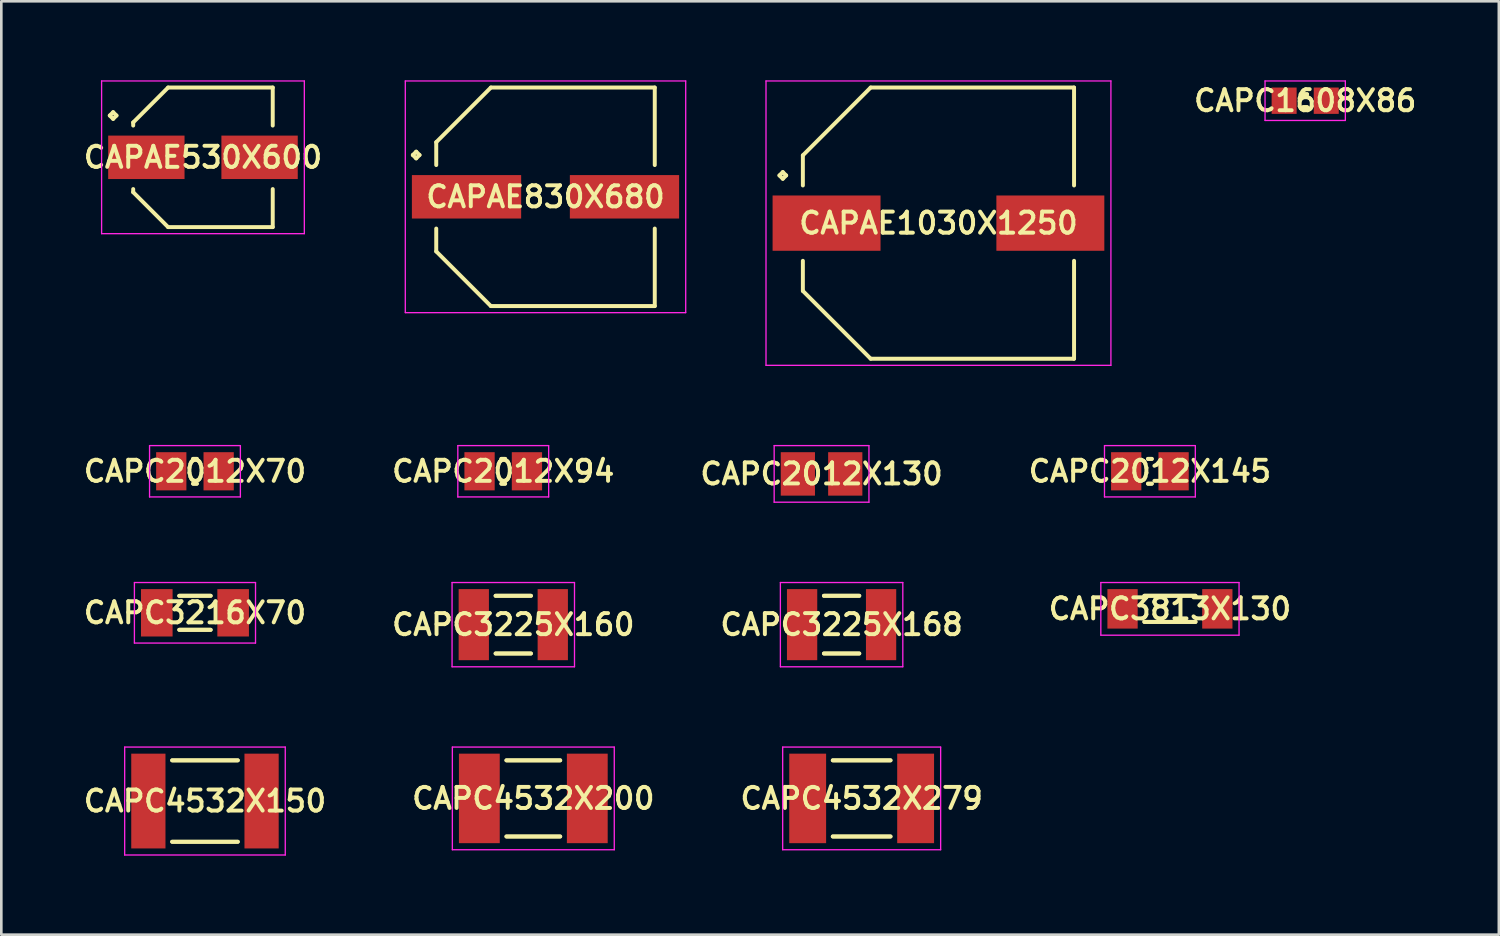
<source format=kicad_pcb>
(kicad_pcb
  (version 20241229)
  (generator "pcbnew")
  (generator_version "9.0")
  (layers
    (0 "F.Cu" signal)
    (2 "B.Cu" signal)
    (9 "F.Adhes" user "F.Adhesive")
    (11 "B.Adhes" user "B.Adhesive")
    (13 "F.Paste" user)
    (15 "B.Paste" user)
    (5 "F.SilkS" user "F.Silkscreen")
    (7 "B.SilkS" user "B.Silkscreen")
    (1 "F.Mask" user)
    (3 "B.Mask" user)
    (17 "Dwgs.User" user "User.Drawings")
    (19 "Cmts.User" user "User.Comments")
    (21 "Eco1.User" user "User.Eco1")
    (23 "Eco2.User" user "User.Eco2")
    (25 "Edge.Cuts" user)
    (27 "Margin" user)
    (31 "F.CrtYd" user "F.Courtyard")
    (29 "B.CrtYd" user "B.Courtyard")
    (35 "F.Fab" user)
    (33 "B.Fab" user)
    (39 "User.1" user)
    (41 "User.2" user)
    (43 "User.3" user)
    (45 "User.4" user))
  (footprint "CAPC2012X94"
    (layer "F.Cu")
    (at 16.064 14.85)
    (property "Reference" "CAPC2012X94" (at 0 0 0) (layer "F.SilkS") (effects (font (size 0.8 0.8) (thickness 0.15))))
    (attr smd)
    (fp_line (start -0.071 -0.471) (end 0.071 -0.471) (stroke (width 0.15) (type solid)) (layer "F.SilkS"))
    (fp_line (start -0.071 0.471) (end 0.071 0.471) (stroke (width 0.15) (type solid)) (layer "F.SilkS"))
    (fp_line (start 0.071 -0.471) (end -0.071 -0.471) (stroke (width 0.15) (type solid)) (layer "F.SilkS"))
    (fp_line (start 0.071 0.471) (end -0.071 0.471) (stroke (width 0.15) (type solid)) (layer "F.SilkS"))
    (fp_line (start -1.725 -0.975) (end 1.725 -0.975) (stroke (width 0.05) (type solid)) (layer "F.CrtYd"))
    (fp_line (start -1.725 0.975) (end -1.725 -0.975) (stroke (width 0.05) (type solid)) (layer "F.CrtYd"))
    (fp_line (start 1.725 -0.975) (end 1.725 0.975) (stroke (width 0.05) (type solid)) (layer "F.CrtYd"))
    (fp_line (start 1.725 0.975) (end -1.725 0.975) (stroke (width 0.05) (type solid)) (layer "F.CrtYd"))
    (pad "1" smd rect (at -0.9 0) (size 1.15 1.45) (layers "F.Cu" "F.Mask" "F.Paste"))
    (pad "2" smd rect (at 0.9 0) (size 1.15 1.45) (layers "F.Cu" "F.Mask" "F.Paste")))
  (footprint "CAPC2012X70"
    (layer "F.Cu")
    (at 4.355 14.85)
    (property "Reference" "CAPC2012X70" (at 0 0 0) (layer "F.SilkS") (effects (font (size 0.8 0.8) (thickness 0.15))))
    (attr smd)
    (fp_line (start -0.071 -0.471) (end 0.071 -0.471) (stroke (width 0.15) (type solid)) (layer "F.SilkS"))
    (fp_line (start -0.071 0.471) (end 0.071 0.471) (stroke (width 0.15) (type solid)) (layer "F.SilkS"))
    (fp_line (start 0.071 -0.471) (end -0.071 -0.471) (stroke (width 0.15) (type solid)) (layer "F.SilkS"))
    (fp_line (start 0.071 0.471) (end -0.071 0.471) (stroke (width 0.15) (type solid)) (layer "F.SilkS"))
    (fp_line (start -1.725 -0.975) (end 1.725 -0.975) (stroke (width 0.05) (type solid)) (layer "F.CrtYd"))
    (fp_line (start -1.725 0.975) (end -1.725 -0.975) (stroke (width 0.05) (type solid)) (layer "F.CrtYd"))
    (fp_line (start 1.725 -0.975) (end 1.725 0.975) (stroke (width 0.05) (type solid)) (layer "F.CrtYd"))
    (fp_line (start 1.725 0.975) (end -1.725 0.975) (stroke (width 0.05) (type solid)) (layer "F.CrtYd"))
    (pad "1" smd rect (at -0.9 0) (size 1.15 1.45) (layers "F.Cu" "F.Mask" "F.Paste"))
    (pad "2" smd rect (at 0.9 0) (size 1.15 1.45) (layers "F.Cu" "F.Mask" "F.Paste")))
  (footprint "CAPC4532X200"
    (layer "F.Cu")
    (at 17.206 27.275)
    (property "Reference" "CAPC4532X200" (at 0 0 0) (layer "F.SilkS") (effects (font (size 0.8 0.8) (thickness 0.15))))
    (attr smd)
    (fp_line (start -1.021 -1.446) (end 1.021 -1.446) (stroke (width 0.15) (type solid)) (layer "F.SilkS"))
    (fp_line (start -1.021 1.446) (end 1.021 1.446) (stroke (width 0.15) (type solid)) (layer "F.SilkS"))
    (fp_line (start 1.021 -1.446) (end -1.021 -1.446) (stroke (width 0.15) (type solid)) (layer "F.SilkS"))
    (fp_line (start 1.021 1.446) (end -1.021 1.446) (stroke (width 0.15) (type solid)) (layer "F.SilkS"))
    (fp_line (start -3.075 -1.95) (end 3.075 -1.95) (stroke (width 0.05) (type solid)) (layer "F.CrtYd"))
    (fp_line (start -3.075 1.95) (end -3.075 -1.95) (stroke (width 0.05) (type solid)) (layer "F.CrtYd"))
    (fp_line (start 3.075 -1.95) (end 3.075 1.95) (stroke (width 0.05) (type solid)) (layer "F.CrtYd"))
    (fp_line (start 3.075 1.95) (end -3.075 1.95) (stroke (width 0.05) (type solid)) (layer "F.CrtYd"))
    (pad "1" smd rect (at -2.05 0) (size 1.55 3.4) (layers "F.Cu" "F.Mask" "F.Paste"))
    (pad "2" smd rect (at 2.05 0) (size 1.55 3.4) (layers "F.Cu" "F.Mask" "F.Paste")))
  (footprint "CAPC3225X160"
    (layer "F.Cu")
    (at 16.445 20.675)
    (property "Reference" "CAPC3225X160" (at 0 0 0) (layer "F.SilkS") (effects (font (size 0.8 0.8) (thickness 0.15))))
    (attr smd)
    (fp_line (start -0.671 -1.096) (end 0.671 -1.096) (stroke (width 0.15) (type solid)) (layer "F.SilkS"))
    (fp_line (start -0.671 1.096) (end 0.671 1.096) (stroke (width 0.15) (type solid)) (layer "F.SilkS"))
    (fp_line (start 0.671 -1.096) (end -0.671 -1.096) (stroke (width 0.15) (type solid)) (layer "F.SilkS"))
    (fp_line (start 0.671 1.096) (end -0.671 1.096) (stroke (width 0.15) (type solid)) (layer "F.SilkS"))
    (fp_line (start -2.325 -1.6) (end 2.325 -1.6) (stroke (width 0.05) (type solid)) (layer "F.CrtYd"))
    (fp_line (start -2.325 1.6) (end -2.325 -1.6) (stroke (width 0.05) (type solid)) (layer "F.CrtYd"))
    (fp_line (start 2.325 -1.6) (end 2.325 1.6) (stroke (width 0.05) (type solid)) (layer "F.CrtYd"))
    (fp_line (start 2.325 1.6) (end -2.325 1.6) (stroke (width 0.05) (type solid)) (layer "F.CrtYd"))
    (pad "1" smd rect (at -1.5 0) (size 1.15 2.7) (layers "F.Cu" "F.Mask" "F.Paste"))
    (pad "2" smd rect (at 1.5 0) (size 1.15 2.7) (layers "F.Cu" "F.Mask" "F.Paste")))
  (footprint "CAPC4532X150"
    (layer "F.Cu")
    (at 4.735 27.375)
    (property "Reference" "CAPC4532X150" (at 0 0 0) (layer "F.SilkS") (effects (font (size 0.8 0.8) (thickness 0.15))))
    (attr smd)
    (fp_line (start -1.246 -1.546) (end 1.246 -1.546) (stroke (width 0.15) (type solid)) (layer "F.SilkS"))
    (fp_line (start -1.246 1.546) (end 1.246 1.546) (stroke (width 0.15) (type solid)) (layer "F.SilkS"))
    (fp_line (start 1.246 -1.546) (end -1.246 -1.546) (stroke (width 0.15) (type solid)) (layer "F.SilkS"))
    (fp_line (start 1.246 1.546) (end -1.246 1.546) (stroke (width 0.15) (type solid)) (layer "F.SilkS"))
    (fp_line (start -3.05 -2.05) (end 3.05 -2.05) (stroke (width 0.05) (type solid)) (layer "F.CrtYd"))
    (fp_line (start -3.05 2.05) (end -3.05 -2.05) (stroke (width 0.05) (type solid)) (layer "F.CrtYd"))
    (fp_line (start 3.05 -2.05) (end 3.05 2.05) (stroke (width 0.05) (type solid)) (layer "F.CrtYd"))
    (fp_line (start 3.05 2.05) (end -3.05 2.05) (stroke (width 0.05) (type solid)) (layer "F.CrtYd"))
    (pad "1" smd rect (at -2.15 0) (size 1.3 3.6) (layers "F.Cu" "F.Mask" "F.Paste"))
    (pad "2" smd rect (at 2.15 0) (size 1.3 3.6) (layers "F.Cu" "F.Mask" "F.Paste")))
  (footprint "CAPAE830X680"
    (layer "F.Cu")
    (at 17.669 4.425)
    (property "Reference" "CAPAE830X680" (at 0 0 0) (layer "F.SilkS") (effects (font (size 0.8 0.8) (thickness 0.15))))
    (attr smd)
    (fp_line (start -5.039 -1.587) (end -4.912 -1.714) (stroke (width 0.15) (type solid)) (layer "F.SilkS"))
    (fp_line (start -4.912 -1.714) (end -4.785 -1.587) (stroke (width 0.15) (type solid)) (layer "F.SilkS"))
    (fp_line (start -4.912 -1.46) (end -5.039 -1.587) (stroke (width 0.15) (type solid)) (layer "F.SilkS"))
    (fp_line (start -4.785 -1.587) (end -4.912 -1.46) (stroke (width 0.15) (type solid)) (layer "F.SilkS"))
    (fp_line (start -4.15 -2.075) (end -4.15 -1.206) (stroke (width 0.15) (type solid)) (layer "F.SilkS"))
    (fp_line (start -4.15 2.075) (end -4.15 1.206) (stroke (width 0.15) (type solid)) (layer "F.SilkS"))
    (fp_line (start -2.075 -4.15) (end -4.15 -2.075) (stroke (width 0.15) (type solid)) (layer "F.SilkS"))
    (fp_line (start -2.075 4.15) (end -4.15 2.075) (stroke (width 0.15) (type solid)) (layer "F.SilkS"))
    (fp_line (start 4.15 -4.15) (end -2.075 -4.15) (stroke (width 0.15) (type solid)) (layer "F.SilkS"))
    (fp_line (start 4.15 -1.206) (end 4.15 -4.15) (stroke (width 0.15) (type solid)) (layer "F.SilkS"))
    (fp_line (start 4.15 1.206) (end 4.15 4.15) (stroke (width 0.15) (type solid)) (layer "F.SilkS"))
    (fp_line (start 4.15 4.15) (end -2.075 4.15) (stroke (width 0.15) (type solid)) (layer "F.SilkS"))
    (fp_line (start -5.325 -4.4) (end 5.325 -4.4) (stroke (width 0.05) (type solid)) (layer "F.CrtYd"))
    (fp_line (start -5.325 4.4) (end -5.325 -4.4) (stroke (width 0.05) (type solid)) (layer "F.CrtYd"))
    (fp_line (start 5.325 -4.4) (end 5.325 4.4) (stroke (width 0.05) (type solid)) (layer "F.CrtYd"))
    (fp_line (start 5.325 4.4) (end -5.325 4.4) (stroke (width 0.05) (type solid)) (layer "F.CrtYd"))
    (pad "1" smd rect (at -3 0) (size 4.15 1.65) (layers "F.Cu" "F.Mask" "F.Paste"))
    (pad "2" smd rect (at 3 0) (size 4.15 1.65) (layers "F.Cu" "F.Mask" "F.Paste")))
  (footprint "CAPC3813X130"
    (layer "F.Cu")
    (at 41.386 20.075)
    (property "Reference" "CAPC3813X130" (at 0 0 0) (layer "F.SilkS") (effects (font (size 0.8 0.8) (thickness 0.15))))
    (attr smd)
    (fp_line (start -0.971 -0.496) (end 0.971 -0.496) (stroke (width 0.15) (type solid)) (layer "F.SilkS"))
    (fp_line (start -0.971 0.496) (end 0.971 0.496) (stroke (width 0.15) (type solid)) (layer "F.SilkS"))
    (fp_line (start 0.971 -0.496) (end -0.971 -0.496) (stroke (width 0.15) (type solid)) (layer "F.SilkS"))
    (fp_line (start 0.971 0.496) (end -0.971 0.496) (stroke (width 0.15) (type solid)) (layer "F.SilkS"))
    (fp_line (start -2.625 -1) (end 2.625 -1) (stroke (width 0.05) (type solid)) (layer "F.CrtYd"))
    (fp_line (start -2.625 1) (end -2.625 -1) (stroke (width 0.05) (type solid)) (layer "F.CrtYd"))
    (fp_line (start 2.625 -1) (end 2.625 1) (stroke (width 0.05) (type solid)) (layer "F.CrtYd"))
    (fp_line (start 2.625 1) (end -2.625 1) (stroke (width 0.05) (type solid)) (layer "F.CrtYd"))
    (pad "1" smd rect (at -1.8 0) (size 1.15 1.5) (layers "F.Cu" "F.Mask" "F.Paste"))
    (pad "2" smd rect (at 1.8 0) (size 1.15 1.5) (layers "F.Cu" "F.Mask" "F.Paste")))
  (footprint "CAPC3225X168"
    (layer "F.Cu")
    (at 28.915 20.675)
    (property "Reference" "CAPC3225X168" (at 0 0 0) (layer "F.SilkS") (effects (font (size 0.8 0.8) (thickness 0.15))))
    (attr smd)
    (fp_line (start -0.671 -1.096) (end 0.671 -1.096) (stroke (width 0.15) (type solid)) (layer "F.SilkS"))
    (fp_line (start -0.671 1.096) (end 0.671 1.096) (stroke (width 0.15) (type solid)) (layer "F.SilkS"))
    (fp_line (start 0.671 -1.096) (end -0.671 -1.096) (stroke (width 0.15) (type solid)) (layer "F.SilkS"))
    (fp_line (start 0.671 1.096) (end -0.671 1.096) (stroke (width 0.15) (type solid)) (layer "F.SilkS"))
    (fp_line (start -2.325 -1.6) (end 2.325 -1.6) (stroke (width 0.05) (type solid)) (layer "F.CrtYd"))
    (fp_line (start -2.325 1.6) (end -2.325 -1.6) (stroke (width 0.05) (type solid)) (layer "F.CrtYd"))
    (fp_line (start 2.325 -1.6) (end 2.325 1.6) (stroke (width 0.05) (type solid)) (layer "F.CrtYd"))
    (fp_line (start 2.325 1.6) (end -2.325 1.6) (stroke (width 0.05) (type solid)) (layer "F.CrtYd"))
    (pad "1" smd rect (at -1.5 0) (size 1.15 2.7) (layers "F.Cu" "F.Mask" "F.Paste"))
    (pad "2" smd rect (at 1.5 0) (size 1.15 2.7) (layers "F.Cu" "F.Mask" "F.Paste")))
  (footprint "CAPC3216X70"
    (layer "F.Cu")
    (at 4.355 20.225)
    (property "Reference" "CAPC3216X70" (at 0 0 0) (layer "F.SilkS") (effects (font (size 0.8 0.8) (thickness 0.15))))
    (attr smd)
    (fp_line (start -0.596 -0.646) (end 0.596 -0.646) (stroke (width 0.15) (type solid)) (layer "F.SilkS"))
    (fp_line (start -0.596 0.646) (end 0.596 0.646) (stroke (width 0.15) (type solid)) (layer "F.SilkS"))
    (fp_line (start 0.596 -0.646) (end -0.596 -0.646) (stroke (width 0.15) (type solid)) (layer "F.SilkS"))
    (fp_line (start 0.596 0.646) (end -0.596 0.646) (stroke (width 0.15) (type solid)) (layer "F.SilkS"))
    (fp_line (start -2.3 -1.15) (end 2.3 -1.15) (stroke (width 0.05) (type solid)) (layer "F.CrtYd"))
    (fp_line (start -2.3 1.15) (end -2.3 -1.15) (stroke (width 0.05) (type solid)) (layer "F.CrtYd"))
    (fp_line (start 2.3 -1.15) (end 2.3 1.15) (stroke (width 0.05) (type solid)) (layer "F.CrtYd"))
    (fp_line (start 2.3 1.15) (end -2.3 1.15) (stroke (width 0.05) (type solid)) (layer "F.CrtYd"))
    (pad "1" smd rect (at -1.45 0) (size 1.2 1.8) (layers "F.Cu" "F.Mask" "F.Paste"))
    (pad "2" smd rect (at 1.45 0) (size 1.2 1.8) (layers "F.Cu" "F.Mask" "F.Paste")))
  (footprint "CAPC1608X86"
    (layer "F.Cu")
    (at 46.523 0.775)
    (property "Reference" "CAPC1608X86" (at 0 0 0) (layer "F.SilkS") (effects (font (size 0.8 0.8) (thickness 0.15))))
    (attr smd)
    (fp_line (start -0.071 -0.246) (end 0.071 -0.246) (stroke (width 0.15) (type solid)) (layer "F.SilkS"))
    (fp_line (start -0.071 0.246) (end 0.071 0.246) (stroke (width 0.15) (type solid)) (layer "F.SilkS"))
    (fp_line (start 0.071 -0.246) (end -0.071 -0.246) (stroke (width 0.15) (type solid)) (layer "F.SilkS"))
    (fp_line (start 0.071 0.246) (end -0.071 0.246) (stroke (width 0.15) (type solid)) (layer "F.SilkS"))
    (fp_line (start -1.525 -0.75) (end 1.525 -0.75) (stroke (width 0.05) (type solid)) (layer "F.CrtYd"))
    (fp_line (start -1.525 0.75) (end -1.525 -0.75) (stroke (width 0.05) (type solid)) (layer "F.CrtYd"))
    (fp_line (start 1.525 -0.75) (end 1.525 0.75) (stroke (width 0.05) (type solid)) (layer "F.CrtYd"))
    (fp_line (start 1.525 0.75) (end -1.525 0.75) (stroke (width 0.05) (type solid)) (layer "F.CrtYd"))
    (pad "1" smd rect (at -0.8 0) (size 0.95 1) (layers "F.Cu" "F.Mask" "F.Paste"))
    (pad "2" smd rect (at 0.8 0) (size 0.95 1) (layers "F.Cu" "F.Mask" "F.Paste")))
  (footprint "CAPC2012X145"
    (layer "F.Cu")
    (at 40.625 14.85)
    (property "Reference" "CAPC2012X145" (at 0 0 0) (layer "F.SilkS") (effects (font (size 0.8 0.8) (thickness 0.15))))
    (attr smd)
    (fp_line (start -0.071 -0.471) (end 0.071 -0.471) (stroke (width 0.15) (type solid)) (layer "F.SilkS"))
    (fp_line (start -0.071 0.471) (end 0.071 0.471) (stroke (width 0.15) (type solid)) (layer "F.SilkS"))
    (fp_line (start 0.071 -0.471) (end -0.071 -0.471) (stroke (width 0.15) (type solid)) (layer "F.SilkS"))
    (fp_line (start 0.071 0.471) (end -0.071 0.471) (stroke (width 0.15) (type solid)) (layer "F.SilkS"))
    (fp_line (start -1.725 -0.975) (end 1.725 -0.975) (stroke (width 0.05) (type solid)) (layer "F.CrtYd"))
    (fp_line (start -1.725 0.975) (end -1.725 -0.975) (stroke (width 0.05) (type solid)) (layer "F.CrtYd"))
    (fp_line (start 1.725 -0.975) (end 1.725 0.975) (stroke (width 0.05) (type solid)) (layer "F.CrtYd"))
    (fp_line (start 1.725 0.975) (end -1.725 0.975) (stroke (width 0.05) (type solid)) (layer "F.CrtYd"))
    (pad "1" smd rect (at -0.9 0) (size 1.15 1.45) (layers "F.Cu" "F.Mask" "F.Paste"))
    (pad "2" smd rect (at 0.9 0) (size 1.15 1.45) (layers "F.Cu" "F.Mask" "F.Paste")))
  (footprint "CAPAE1030X1250"
    (layer "F.Cu")
    (at 32.594 5.425)
    (property "Reference" "CAPAE1030X1250" (at 0 0 0) (layer "F.SilkS") (effects (font (size 0.8 0.8) (thickness 0.15))))
    (attr smd)
    (fp_line (start -6.039 -1.812) (end -5.912 -1.939) (stroke (width 0.15) (type solid)) (layer "F.SilkS"))
    (fp_line (start -5.912 -1.939) (end -5.785 -1.812) (stroke (width 0.15) (type solid)) (layer "F.SilkS"))
    (fp_line (start -5.912 -1.685) (end -6.039 -1.812) (stroke (width 0.15) (type solid)) (layer "F.SilkS"))
    (fp_line (start -5.785 -1.812) (end -5.912 -1.685) (stroke (width 0.15) (type solid)) (layer "F.SilkS"))
    (fp_line (start -5.15 -2.575) (end -5.15 -1.431) (stroke (width 0.15) (type solid)) (layer "F.SilkS"))
    (fp_line (start -5.15 2.575) (end -5.15 1.431) (stroke (width 0.15) (type solid)) (layer "F.SilkS"))
    (fp_line (start -2.575 -5.15) (end -5.15 -2.575) (stroke (width 0.15) (type solid)) (layer "F.SilkS"))
    (fp_line (start -2.575 5.15) (end -5.15 2.575) (stroke (width 0.15) (type solid)) (layer "F.SilkS"))
    (fp_line (start 5.15 -5.15) (end -2.575 -5.15) (stroke (width 0.15) (type solid)) (layer "F.SilkS"))
    (fp_line (start 5.15 -1.431) (end 5.15 -5.15) (stroke (width 0.15) (type solid)) (layer "F.SilkS"))
    (fp_line (start 5.15 1.431) (end 5.15 5.15) (stroke (width 0.15) (type solid)) (layer "F.SilkS"))
    (fp_line (start 5.15 5.15) (end -2.575 5.15) (stroke (width 0.15) (type solid)) (layer "F.SilkS"))
    (fp_line (start -6.55 -5.4) (end 6.55 -5.4) (stroke (width 0.05) (type solid)) (layer "F.CrtYd"))
    (fp_line (start -6.55 5.4) (end -6.55 -5.4) (stroke (width 0.05) (type solid)) (layer "F.CrtYd"))
    (fp_line (start 6.55 -5.4) (end 6.55 5.4) (stroke (width 0.05) (type solid)) (layer "F.CrtYd"))
    (fp_line (start 6.55 5.4) (end -6.55 5.4) (stroke (width 0.05) (type solid)) (layer "F.CrtYd"))
    (pad "1" smd rect (at -4.25 0) (size 4.1 2.1) (layers "F.Cu" "F.Mask" "F.Paste"))
    (pad "2" smd rect (at 4.25 0) (size 4.1 2.1) (layers "F.Cu" "F.Mask" "F.Paste")))
  (footprint "CAPC2012X130"
    (layer "F.Cu")
    (at 28.154 14.95)
    (property "Reference" "CAPC2012X130" (at 0 0 0) (layer "F.SilkS") (effects (font (size 0.8 0.8) (thickness 0.15))))
    (attr smd)
    (fp_line (start -1.8 -1.075) (end 1.8 -1.075) (stroke (width 0.05) (type solid)) (layer "F.CrtYd"))
    (fp_line (start -1.8 1.075) (end -1.8 -1.075) (stroke (width 0.05) (type solid)) (layer "F.CrtYd"))
    (fp_line (start 1.8 -1.075) (end 1.8 1.075) (stroke (width 0.05) (type solid)) (layer "F.CrtYd"))
    (fp_line (start 1.8 1.075) (end -1.8 1.075) (stroke (width 0.05) (type solid)) (layer "F.CrtYd"))
    (pad "1" smd rect (at -0.9 0) (size 1.3 1.65) (layers "F.Cu" "F.Mask" "F.Paste"))
    (pad "2" smd rect (at 0.9 0) (size 1.3 1.65) (layers "F.Cu" "F.Mask" "F.Paste")))
  (footprint "CAPC4532X279"
    (layer "F.Cu")
    (at 29.677 27.275)
    (property "Reference" "CAPC4532X279" (at 0 0 0) (layer "F.SilkS") (effects (font (size 0.8 0.8) (thickness 0.15))))
    (attr smd)
    (fp_line (start -1.096 -1.446) (end 1.096 -1.446) (stroke (width 0.15) (type solid)) (layer "F.SilkS"))
    (fp_line (start -1.096 1.446) (end 1.096 1.446) (stroke (width 0.15) (type solid)) (layer "F.SilkS"))
    (fp_line (start 1.096 -1.446) (end -1.096 -1.446) (stroke (width 0.15) (type solid)) (layer "F.SilkS"))
    (fp_line (start 1.096 1.446) (end -1.096 1.446) (stroke (width 0.15) (type solid)) (layer "F.SilkS"))
    (fp_line (start -3 -1.95) (end 3 -1.95) (stroke (width 0.05) (type solid)) (layer "F.CrtYd"))
    (fp_line (start -3 1.95) (end -3 -1.95) (stroke (width 0.05) (type solid)) (layer "F.CrtYd"))
    (fp_line (start 3 -1.95) (end 3 1.95) (stroke (width 0.05) (type solid)) (layer "F.CrtYd"))
    (fp_line (start 3 1.95) (end -3 1.95) (stroke (width 0.05) (type solid)) (layer "F.CrtYd"))
    (pad "1" smd rect (at -2.05 0) (size 1.4 3.4) (layers "F.Cu" "F.Mask" "F.Paste"))
    (pad "2" smd rect (at 2.05 0) (size 1.4 3.4) (layers "F.Cu" "F.Mask" "F.Paste")))
  (footprint "CAPAE530X600"
    (layer "F.Cu")
    (at 4.659 2.925)
    (property "Reference" "CAPAE530X600" (at 0 0 0) (layer "F.SilkS") (effects (font (size 0.8 0.8) (thickness 0.15))))
    (attr smd)
    (fp_line (start -3.539 -1.587) (end -3.412 -1.714) (stroke (width 0.15) (type solid)) (layer "F.SilkS"))
    (fp_line (start -3.412 -1.714) (end -3.285 -1.587) (stroke (width 0.15) (type solid)) (layer "F.SilkS"))
    (fp_line (start -3.412 -1.46) (end -3.539 -1.587) (stroke (width 0.15) (type solid)) (layer "F.SilkS"))
    (fp_line (start -3.285 -1.587) (end -3.412 -1.46) (stroke (width 0.15) (type solid)) (layer "F.SilkS"))
    (fp_line (start -2.65 -1.325) (end -2.65 -1.206) (stroke (width 0.15) (type solid)) (layer "F.SilkS"))
    (fp_line (start -2.65 1.325) (end -2.65 1.206) (stroke (width 0.15) (type solid)) (layer "F.SilkS"))
    (fp_line (start -1.325 -2.65) (end -2.65 -1.325) (stroke (width 0.15) (type solid)) (layer "F.SilkS"))
    (fp_line (start -1.325 2.65) (end -2.65 1.325) (stroke (width 0.15) (type solid)) (layer "F.SilkS"))
    (fp_line (start 2.65 -2.65) (end -1.325 -2.65) (stroke (width 0.15) (type solid)) (layer "F.SilkS"))
    (fp_line (start 2.65 -1.206) (end 2.65 -2.65) (stroke (width 0.15) (type solid)) (layer "F.SilkS"))
    (fp_line (start 2.65 1.206) (end 2.65 2.65) (stroke (width 0.15) (type solid)) (layer "F.SilkS"))
    (fp_line (start 2.65 2.65) (end -1.325 2.65) (stroke (width 0.15) (type solid)) (layer "F.SilkS"))
    (fp_line (start -3.85 -2.9) (end 3.85 -2.9) (stroke (width 0.05) (type solid)) (layer "F.CrtYd"))
    (fp_line (start -3.85 2.9) (end -3.85 -2.9) (stroke (width 0.05) (type solid)) (layer "F.CrtYd"))
    (fp_line (start 3.85 -2.9) (end 3.85 2.9) (stroke (width 0.05) (type solid)) (layer "F.CrtYd"))
    (fp_line (start 3.85 2.9) (end -3.85 2.9) (stroke (width 0.05) (type solid)) (layer "F.CrtYd"))
    (pad "1" smd rect (at -2.15 0) (size 2.9 1.65) (layers "F.Cu" "F.Mask" "F.Paste"))
    (pad "2" smd rect (at 2.15 0) (size 2.9 1.65) (layers "F.Cu" "F.Mask" "F.Paste")))
  (gr_rect
    (start -3 -3)
    (end 53.878 32.45)
    (stroke (width 0.1) (type default))
    (fill no)
    (layer "Edge.Cuts")))
</source>
